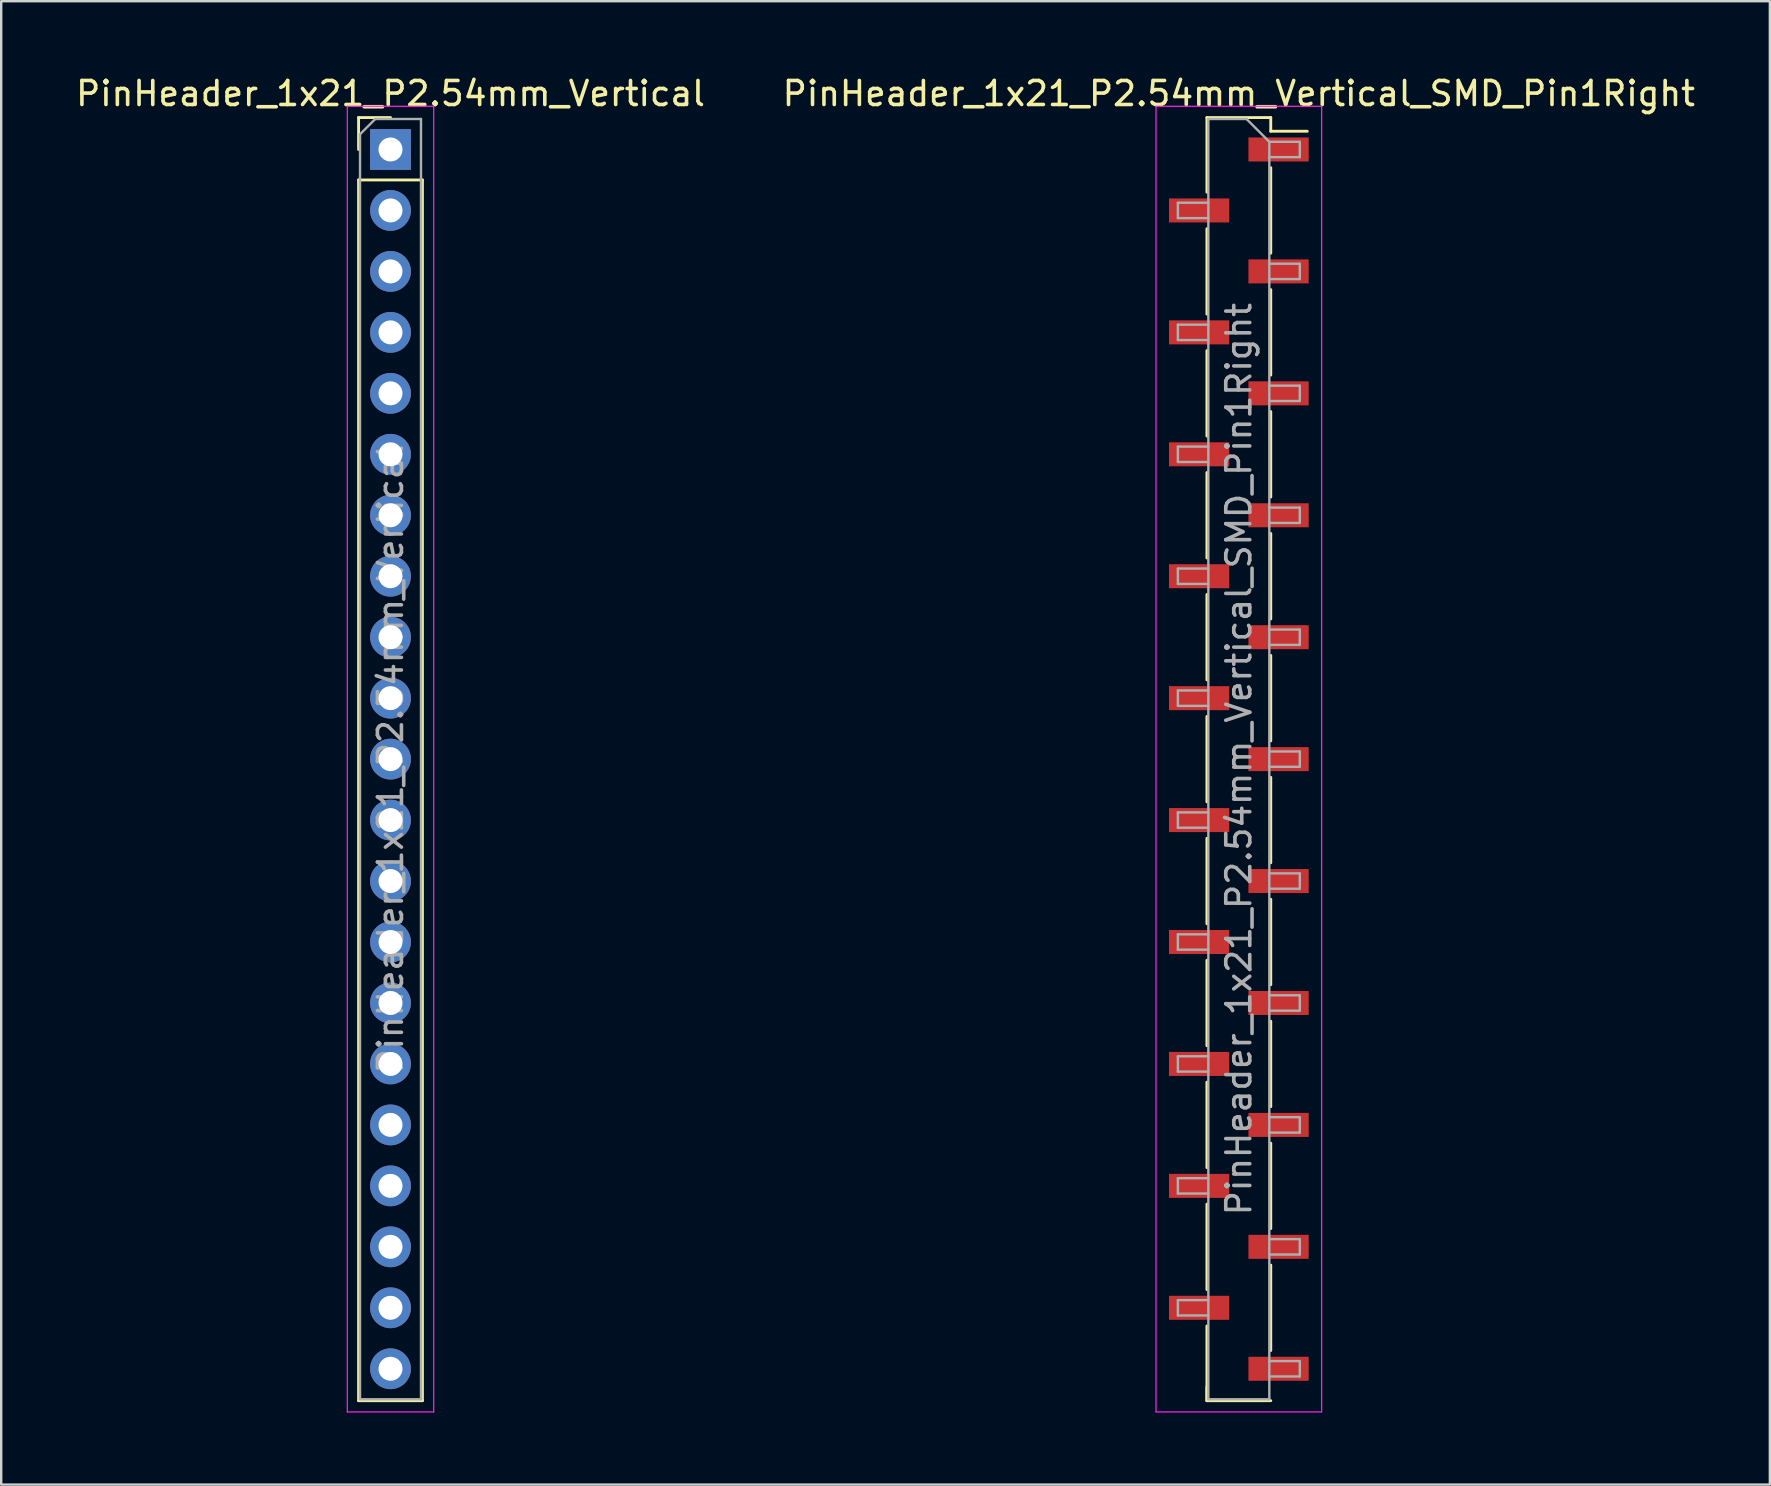
<source format=kicad_pcb>
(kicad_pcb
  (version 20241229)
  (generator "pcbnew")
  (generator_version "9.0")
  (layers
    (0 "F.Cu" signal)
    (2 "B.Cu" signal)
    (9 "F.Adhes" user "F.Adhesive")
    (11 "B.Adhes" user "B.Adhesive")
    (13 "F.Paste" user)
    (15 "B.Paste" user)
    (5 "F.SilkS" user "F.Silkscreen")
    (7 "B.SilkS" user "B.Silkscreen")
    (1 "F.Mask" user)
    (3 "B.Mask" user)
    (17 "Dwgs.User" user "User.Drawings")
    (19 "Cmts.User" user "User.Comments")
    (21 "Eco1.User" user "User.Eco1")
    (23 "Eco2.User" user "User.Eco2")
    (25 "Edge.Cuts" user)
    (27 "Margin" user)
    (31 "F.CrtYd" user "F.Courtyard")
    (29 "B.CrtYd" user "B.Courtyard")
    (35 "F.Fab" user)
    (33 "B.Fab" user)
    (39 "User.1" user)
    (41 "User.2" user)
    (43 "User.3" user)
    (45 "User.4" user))
  (footprint "PinHeader_1x21_P2.54mm_Vertical_SMD_Pin1Right"
    (layer "F.Cu")
    (at 48.565 28.578)
    (property "Reference" "PinHeader_1x21_P2.54mm_Vertical_SMD_Pin1Right" (at 0 -27.73 0) (layer "F.SilkS") (effects (font (size 1 1) (thickness 0.15))))
    (attr smd)
    (fp_line (start -1.33 -26.73) (end -1.33 -23.62) (stroke (width 0.12) (type solid)) (layer "F.SilkS"))
    (fp_line (start -1.33 -26.73) (end 1.33 -26.73) (stroke (width 0.12) (type solid)) (layer "F.SilkS"))
    (fp_line (start -1.33 -22.1) (end -1.33 -18.54) (stroke (width 0.12) (type solid)) (layer "F.SilkS"))
    (fp_line (start -1.33 -17.02) (end -1.33 -13.46) (stroke (width 0.12) (type solid)) (layer "F.SilkS"))
    (fp_line (start -1.33 -11.94) (end -1.33 -8.38) (stroke (width 0.12) (type solid)) (layer "F.SilkS"))
    (fp_line (start -1.33 -6.86) (end -1.33 -3.3) (stroke (width 0.12) (type solid)) (layer "F.SilkS"))
    (fp_line (start -1.33 -1.78) (end -1.33 1.78) (stroke (width 0.12) (type solid)) (layer "F.SilkS"))
    (fp_line (start -1.33 3.3) (end -1.33 6.86) (stroke (width 0.12) (type solid)) (layer "F.SilkS"))
    (fp_line (start -1.33 8.38) (end -1.33 11.94) (stroke (width 0.12) (type solid)) (layer "F.SilkS"))
    (fp_line (start -1.33 13.46) (end -1.33 17.02) (stroke (width 0.12) (type solid)) (layer "F.SilkS"))
    (fp_line (start -1.33 18.54) (end -1.33 22.1) (stroke (width 0.12) (type solid)) (layer "F.SilkS"))
    (fp_line (start -1.33 23.62) (end -1.33 26.73) (stroke (width 0.12) (type solid)) (layer "F.SilkS"))
    (fp_line (start -1.33 26.16) (end -1.33 26.73) (stroke (width 0.12) (type solid)) (layer "F.SilkS"))
    (fp_line (start -1.33 26.73) (end 1.33 26.73) (stroke (width 0.12) (type solid)) (layer "F.SilkS"))
    (fp_line (start 1.33 -26.73) (end 1.33 -26.16) (stroke (width 0.12) (type solid)) (layer "F.SilkS"))
    (fp_line (start 1.33 -26.16) (end 2.85 -26.16) (stroke (width 0.12) (type solid)) (layer "F.SilkS"))
    (fp_line (start 1.33 -24.64) (end 1.33 -21.08) (stroke (width 0.12) (type solid)) (layer "F.SilkS"))
    (fp_line (start 1.33 -19.56) (end 1.33 -16) (stroke (width 0.12) (type solid)) (layer "F.SilkS"))
    (fp_line (start 1.33 -14.48) (end 1.33 -10.92) (stroke (width 0.12) (type solid)) (layer "F.SilkS"))
    (fp_line (start 1.33 -9.4) (end 1.33 -5.84) (stroke (width 0.12) (type solid)) (layer "F.SilkS"))
    (fp_line (start 1.33 -4.32) (end 1.33 -0.76) (stroke (width 0.12) (type solid)) (layer "F.SilkS"))
    (fp_line (start 1.33 0.76) (end 1.33 4.32) (stroke (width 0.12) (type solid)) (layer "F.SilkS"))
    (fp_line (start 1.33 5.84) (end 1.33 9.4) (stroke (width 0.12) (type solid)) (layer "F.SilkS"))
    (fp_line (start 1.33 10.92) (end 1.33 14.48) (stroke (width 0.12) (type solid)) (layer "F.SilkS"))
    (fp_line (start 1.33 16) (end 1.33 19.56) (stroke (width 0.12) (type solid)) (layer "F.SilkS"))
    (fp_line (start 1.33 21.08) (end 1.33 24.64) (stroke (width 0.12) (type solid)) (layer "F.SilkS"))
    (fp_line (start -3.45 -27.2) (end -3.45 27.2) (stroke (width 0.05) (type solid)) (layer "F.CrtYd"))
    (fp_line (start -3.45 27.2) (end 3.45 27.2) (stroke (width 0.05) (type solid)) (layer "F.CrtYd"))
    (fp_line (start 3.45 -27.2) (end -3.45 -27.2) (stroke (width 0.05) (type solid)) (layer "F.CrtYd"))
    (fp_line (start 3.45 27.2) (end 3.45 -27.2) (stroke (width 0.05) (type solid)) (layer "F.CrtYd"))
    (fp_line (start -2.54 -23.18) (end -2.54 -22.54) (stroke (width 0.1) (type solid)) (layer "F.Fab"))
    (fp_line (start -2.54 -22.54) (end -1.27 -22.54) (stroke (width 0.1) (type solid)) (layer "F.Fab"))
    (fp_line (start -2.54 -18.1) (end -2.54 -17.46) (stroke (width 0.1) (type solid)) (layer "F.Fab"))
    (fp_line (start -2.54 -17.46) (end -1.27 -17.46) (stroke (width 0.1) (type solid)) (layer "F.Fab"))
    (fp_line (start -2.54 -13.02) (end -2.54 -12.38) (stroke (width 0.1) (type solid)) (layer "F.Fab"))
    (fp_line (start -2.54 -12.38) (end -1.27 -12.38) (stroke (width 0.1) (type solid)) (layer "F.Fab"))
    (fp_line (start -2.54 -7.94) (end -2.54 -7.3) (stroke (width 0.1) (type solid)) (layer "F.Fab"))
    (fp_line (start -2.54 -7.3) (end -1.27 -7.3) (stroke (width 0.1) (type solid)) (layer "F.Fab"))
    (fp_line (start -2.54 -2.86) (end -2.54 -2.22) (stroke (width 0.1) (type solid)) (layer "F.Fab"))
    (fp_line (start -2.54 -2.22) (end -1.27 -2.22) (stroke (width 0.1) (type solid)) (layer "F.Fab"))
    (fp_line (start -2.54 2.22) (end -2.54 2.86) (stroke (width 0.1) (type solid)) (layer "F.Fab"))
    (fp_line (start -2.54 2.86) (end -1.27 2.86) (stroke (width 0.1) (type solid)) (layer "F.Fab"))
    (fp_line (start -2.54 7.3) (end -2.54 7.94) (stroke (width 0.1) (type solid)) (layer "F.Fab"))
    (fp_line (start -2.54 7.94) (end -1.27 7.94) (stroke (width 0.1) (type solid)) (layer "F.Fab"))
    (fp_line (start -2.54 12.38) (end -2.54 13.02) (stroke (width 0.1) (type solid)) (layer "F.Fab"))
    (fp_line (start -2.54 13.02) (end -1.27 13.02) (stroke (width 0.1) (type solid)) (layer "F.Fab"))
    (fp_line (start -2.54 17.46) (end -2.54 18.1) (stroke (width 0.1) (type solid)) (layer "F.Fab"))
    (fp_line (start -2.54 18.1) (end -1.27 18.1) (stroke (width 0.1) (type solid)) (layer "F.Fab"))
    (fp_line (start -2.54 22.54) (end -2.54 23.18) (stroke (width 0.1) (type solid)) (layer "F.Fab"))
    (fp_line (start -2.54 23.18) (end -1.27 23.18) (stroke (width 0.1) (type solid)) (layer "F.Fab"))
    (fp_line (start -1.27 -26.67) (end -1.27 26.67) (stroke (width 0.1) (type solid)) (layer "F.Fab"))
    (fp_line (start -1.27 -26.67) (end 0.32 -26.67) (stroke (width 0.1) (type solid)) (layer "F.Fab"))
    (fp_line (start -1.27 -23.18) (end -2.54 -23.18) (stroke (width 0.1) (type solid)) (layer "F.Fab"))
    (fp_line (start -1.27 -18.1) (end -2.54 -18.1) (stroke (width 0.1) (type solid)) (layer "F.Fab"))
    (fp_line (start -1.27 -13.02) (end -2.54 -13.02) (stroke (width 0.1) (type solid)) (layer "F.Fab"))
    (fp_line (start -1.27 -7.94) (end -2.54 -7.94) (stroke (width 0.1) (type solid)) (layer "F.Fab"))
    (fp_line (start -1.27 -2.86) (end -2.54 -2.86) (stroke (width 0.1) (type solid)) (layer "F.Fab"))
    (fp_line (start -1.27 2.22) (end -2.54 2.22) (stroke (width 0.1) (type solid)) (layer "F.Fab"))
    (fp_line (start -1.27 7.3) (end -2.54 7.3) (stroke (width 0.1) (type solid)) (layer "F.Fab"))
    (fp_line (start -1.27 12.38) (end -2.54 12.38) (stroke (width 0.1) (type solid)) (layer "F.Fab"))
    (fp_line (start -1.27 17.46) (end -2.54 17.46) (stroke (width 0.1) (type solid)) (layer "F.Fab"))
    (fp_line (start -1.27 22.54) (end -2.54 22.54) (stroke (width 0.1) (type solid)) (layer "F.Fab"))
    (fp_line (start 1.27 -25.72) (end 0.32 -26.67) (stroke (width 0.1) (type solid)) (layer "F.Fab"))
    (fp_line (start 1.27 -25.72) (end 2.54 -25.72) (stroke (width 0.1) (type solid)) (layer "F.Fab"))
    (fp_line (start 1.27 -20.64) (end 2.54 -20.64) (stroke (width 0.1) (type solid)) (layer "F.Fab"))
    (fp_line (start 1.27 -15.56) (end 2.54 -15.56) (stroke (width 0.1) (type solid)) (layer "F.Fab"))
    (fp_line (start 1.27 -10.48) (end 2.54 -10.48) (stroke (width 0.1) (type solid)) (layer "F.Fab"))
    (fp_line (start 1.27 -5.4) (end 2.54 -5.4) (stroke (width 0.1) (type solid)) (layer "F.Fab"))
    (fp_line (start 1.27 -0.32) (end 2.54 -0.32) (stroke (width 0.1) (type solid)) (layer "F.Fab"))
    (fp_line (start 1.27 4.76) (end 2.54 4.76) (stroke (width 0.1) (type solid)) (layer "F.Fab"))
    (fp_line (start 1.27 9.84) (end 2.54 9.84) (stroke (width 0.1) (type solid)) (layer "F.Fab"))
    (fp_line (start 1.27 14.92) (end 2.54 14.92) (stroke (width 0.1) (type solid)) (layer "F.Fab"))
    (fp_line (start 1.27 20) (end 2.54 20) (stroke (width 0.1) (type solid)) (layer "F.Fab"))
    (fp_line (start 1.27 25.08) (end 2.54 25.08) (stroke (width 0.1) (type solid)) (layer "F.Fab"))
    (fp_line (start 1.27 26.67) (end -1.27 26.67) (stroke (width 0.1) (type solid)) (layer "F.Fab"))
    (fp_line (start 1.27 26.67) (end 1.27 -25.72) (stroke (width 0.1) (type solid)) (layer "F.Fab"))
    (fp_line (start 2.54 -25.72) (end 2.54 -25.08) (stroke (width 0.1) (type solid)) (layer "F.Fab"))
    (fp_line (start 2.54 -25.08) (end 1.27 -25.08) (stroke (width 0.1) (type solid)) (layer "F.Fab"))
    (fp_line (start 2.54 -20.64) (end 2.54 -20) (stroke (width 0.1) (type solid)) (layer "F.Fab"))
    (fp_line (start 2.54 -20) (end 1.27 -20) (stroke (width 0.1) (type solid)) (layer "F.Fab"))
    (fp_line (start 2.54 -15.56) (end 2.54 -14.92) (stroke (width 0.1) (type solid)) (layer "F.Fab"))
    (fp_line (start 2.54 -14.92) (end 1.27 -14.92) (stroke (width 0.1) (type solid)) (layer "F.Fab"))
    (fp_line (start 2.54 -10.48) (end 2.54 -9.84) (stroke (width 0.1) (type solid)) (layer "F.Fab"))
    (fp_line (start 2.54 -9.84) (end 1.27 -9.84) (stroke (width 0.1) (type solid)) (layer "F.Fab"))
    (fp_line (start 2.54 -5.4) (end 2.54 -4.76) (stroke (width 0.1) (type solid)) (layer "F.Fab"))
    (fp_line (start 2.54 -4.76) (end 1.27 -4.76) (stroke (width 0.1) (type solid)) (layer "F.Fab"))
    (fp_line (start 2.54 -0.32) (end 2.54 0.32) (stroke (width 0.1) (type solid)) (layer "F.Fab"))
    (fp_line (start 2.54 0.32) (end 1.27 0.32) (stroke (width 0.1) (type solid)) (layer "F.Fab"))
    (fp_line (start 2.54 4.76) (end 2.54 5.4) (stroke (width 0.1) (type solid)) (layer "F.Fab"))
    (fp_line (start 2.54 5.4) (end 1.27 5.4) (stroke (width 0.1) (type solid)) (layer "F.Fab"))
    (fp_line (start 2.54 9.84) (end 2.54 10.48) (stroke (width 0.1) (type solid)) (layer "F.Fab"))
    (fp_line (start 2.54 10.48) (end 1.27 10.48) (stroke (width 0.1) (type solid)) (layer "F.Fab"))
    (fp_line (start 2.54 14.92) (end 2.54 15.56) (stroke (width 0.1) (type solid)) (layer "F.Fab"))
    (fp_line (start 2.54 15.56) (end 1.27 15.56) (stroke (width 0.1) (type solid)) (layer "F.Fab"))
    (fp_line (start 2.54 20) (end 2.54 20.64) (stroke (width 0.1) (type solid)) (layer "F.Fab"))
    (fp_line (start 2.54 20.64) (end 1.27 20.64) (stroke (width 0.1) (type solid)) (layer "F.Fab"))
    (fp_line (start 2.54 25.08) (end 2.54 25.72) (stroke (width 0.1) (type solid)) (layer "F.Fab"))
    (fp_line (start 2.54 25.72) (end 1.27 25.72) (stroke (width 0.1) (type solid)) (layer "F.Fab"))
    (fp_text user "${REFERENCE}" (at 0 0 90) (layer "F.Fab") (effects (font (size 1 1) (thickness 0.15))))
    (pad "1" smd rect (at 1.655 -25.4) (size 2.51 1) (layers "F.Cu" "F.Mask" "F.Paste"))
    (pad "2" smd rect (at -1.655 -22.86) (size 2.51 1) (layers "F.Cu" "F.Mask" "F.Paste"))
    (pad "3" smd rect (at 1.655 -20.32) (size 2.51 1) (layers "F.Cu" "F.Mask" "F.Paste"))
    (pad "4" smd rect (at -1.655 -17.78) (size 2.51 1) (layers "F.Cu" "F.Mask" "F.Paste"))
    (pad "5" smd rect (at 1.655 -15.24) (size 2.51 1) (layers "F.Cu" "F.Mask" "F.Paste"))
    (pad "6" smd rect (at -1.655 -12.7) (size 2.51 1) (layers "F.Cu" "F.Mask" "F.Paste"))
    (pad "7" smd rect (at 1.655 -10.16) (size 2.51 1) (layers "F.Cu" "F.Mask" "F.Paste"))
    (pad "8" smd rect (at -1.655 -7.62) (size 2.51 1) (layers "F.Cu" "F.Mask" "F.Paste"))
    (pad "9" smd rect (at 1.655 -5.08) (size 2.51 1) (layers "F.Cu" "F.Mask" "F.Paste"))
    (pad "10" smd rect (at -1.655 -2.54) (size 2.51 1) (layers "F.Cu" "F.Mask" "F.Paste"))
    (pad "11" smd rect (at 1.655 0) (size 2.51 1) (layers "F.Cu" "F.Mask" "F.Paste"))
    (pad "12" smd rect (at -1.655 2.54) (size 2.51 1) (layers "F.Cu" "F.Mask" "F.Paste"))
    (pad "13" smd rect (at 1.655 5.08) (size 2.51 1) (layers "F.Cu" "F.Mask" "F.Paste"))
    (pad "14" smd rect (at -1.655 7.62) (size 2.51 1) (layers "F.Cu" "F.Mask" "F.Paste"))
    (pad "15" smd rect (at 1.655 10.16) (size 2.51 1) (layers "F.Cu" "F.Mask" "F.Paste"))
    (pad "16" smd rect (at -1.655 12.7) (size 2.51 1) (layers "F.Cu" "F.Mask" "F.Paste"))
    (pad "17" smd rect (at 1.655 15.24) (size 2.51 1) (layers "F.Cu" "F.Mask" "F.Paste"))
    (pad "18" smd rect (at -1.655 17.78) (size 2.51 1) (layers "F.Cu" "F.Mask" "F.Paste"))
    (pad "19" smd rect (at 1.655 20.32) (size 2.51 1) (layers "F.Cu" "F.Mask" "F.Paste"))
    (pad "20" smd rect (at -1.655 22.86) (size 2.51 1) (layers "F.Cu" "F.Mask" "F.Paste"))
    (pad "21" smd rect (at 1.655 25.4) (size 2.51 1) (layers "F.Cu" "F.Mask" "F.Paste")))
  (footprint "PinHeader_1x21_P2.54mm_Vertical"
    (layer "F.Cu")
    (at 13.22 3.178)
    (property "Reference" "PinHeader_1x21_P2.54mm_Vertical" (at 0 -2.33 0) (layer "F.SilkS") (effects (font (size 1 1) (thickness 0.15))))
    (attr through_hole)
    (fp_line (start -1.33 -1.33) (end 0 -1.33) (stroke (width 0.12) (type solid)) (layer "F.SilkS"))
    (fp_line (start -1.33 0) (end -1.33 -1.33) (stroke (width 0.12) (type solid)) (layer "F.SilkS"))
    (fp_line (start -1.33 1.27) (end -1.33 52.13) (stroke (width 0.12) (type solid)) (layer "F.SilkS"))
    (fp_line (start -1.33 1.27) (end 1.33 1.27) (stroke (width 0.12) (type solid)) (layer "F.SilkS"))
    (fp_line (start -1.33 52.13) (end 1.33 52.13) (stroke (width 0.12) (type solid)) (layer "F.SilkS"))
    (fp_line (start 1.33 1.27) (end 1.33 52.13) (stroke (width 0.12) (type solid)) (layer "F.SilkS"))
    (fp_line (start -1.8 -1.8) (end -1.8 52.6) (stroke (width 0.05) (type solid)) (layer "F.CrtYd"))
    (fp_line (start -1.8 52.6) (end 1.8 52.6) (stroke (width 0.05) (type solid)) (layer "F.CrtYd"))
    (fp_line (start 1.8 -1.8) (end -1.8 -1.8) (stroke (width 0.05) (type solid)) (layer "F.CrtYd"))
    (fp_line (start 1.8 52.6) (end 1.8 -1.8) (stroke (width 0.05) (type solid)) (layer "F.CrtYd"))
    (fp_line (start -1.27 -0.635) (end -0.635 -1.27) (stroke (width 0.1) (type solid)) (layer "F.Fab"))
    (fp_line (start -1.27 52.07) (end -1.27 -0.635) (stroke (width 0.1) (type solid)) (layer "F.Fab"))
    (fp_line (start -0.635 -1.27) (end 1.27 -1.27) (stroke (width 0.1) (type solid)) (layer "F.Fab"))
    (fp_line (start 1.27 -1.27) (end 1.27 52.07) (stroke (width 0.1) (type solid)) (layer "F.Fab"))
    (fp_line (start 1.27 52.07) (end -1.27 52.07) (stroke (width 0.1) (type solid)) (layer "F.Fab"))
    (fp_text user "${REFERENCE}" (at 0 25.4 90) (layer "F.Fab") (effects (font (size 1 1) (thickness 0.15))))
    (pad "1" thru_hole rect (at 0 0) (size 1.7 1.7) (drill 1) (layers "*.Cu" "*.Mask"))
    (pad "2" thru_hole oval (at 0 2.54) (size 1.7 1.7) (drill 1) (layers "*.Cu" "*.Mask"))
    (pad "3" thru_hole oval (at 0 5.08) (size 1.7 1.7) (drill 1) (layers "*.Cu" "*.Mask"))
    (pad "4" thru_hole oval (at 0 7.62) (size 1.7 1.7) (drill 1) (layers "*.Cu" "*.Mask"))
    (pad "5" thru_hole oval (at 0 10.16) (size 1.7 1.7) (drill 1) (layers "*.Cu" "*.Mask"))
    (pad "6" thru_hole oval (at 0 12.7) (size 1.7 1.7) (drill 1) (layers "*.Cu" "*.Mask"))
    (pad "7" thru_hole oval (at 0 15.24) (size 1.7 1.7) (drill 1) (layers "*.Cu" "*.Mask"))
    (pad "8" thru_hole oval (at 0 17.78) (size 1.7 1.7) (drill 1) (layers "*.Cu" "*.Mask"))
    (pad "9" thru_hole oval (at 0 20.32) (size 1.7 1.7) (drill 1) (layers "*.Cu" "*.Mask"))
    (pad "10" thru_hole oval (at 0 22.86) (size 1.7 1.7) (drill 1) (layers "*.Cu" "*.Mask"))
    (pad "11" thru_hole oval (at 0 25.4) (size 1.7 1.7) (drill 1) (layers "*.Cu" "*.Mask"))
    (pad "12" thru_hole oval (at 0 27.94) (size 1.7 1.7) (drill 1) (layers "*.Cu" "*.Mask"))
    (pad "13" thru_hole oval (at 0 30.48) (size 1.7 1.7) (drill 1) (layers "*.Cu" "*.Mask"))
    (pad "14" thru_hole oval (at 0 33.02) (size 1.7 1.7) (drill 1) (layers "*.Cu" "*.Mask"))
    (pad "15" thru_hole oval (at 0 35.56) (size 1.7 1.7) (drill 1) (layers "*.Cu" "*.Mask"))
    (pad "16" thru_hole oval (at 0 38.1) (size 1.7 1.7) (drill 1) (layers "*.Cu" "*.Mask"))
    (pad "17" thru_hole oval (at 0 40.64) (size 1.7 1.7) (drill 1) (layers "*.Cu" "*.Mask"))
    (pad "18" thru_hole oval (at 0 43.18) (size 1.7 1.7) (drill 1) (layers "*.Cu" "*.Mask"))
    (pad "19" thru_hole oval (at 0 45.72) (size 1.7 1.7) (drill 1) (layers "*.Cu" "*.Mask"))
    (pad "20" thru_hole oval (at 0 48.26) (size 1.7 1.7) (drill 1) (layers "*.Cu" "*.Mask"))
    (pad "21" thru_hole oval (at 0 50.8) (size 1.7 1.7) (drill 1) (layers "*.Cu" "*.Mask")))
  (gr_rect
    (start -3 -3)
    (end 70.69 58.803)
    (stroke (width 0.1) (type default))
    (fill no)
    (layer "Edge.Cuts")))
</source>
